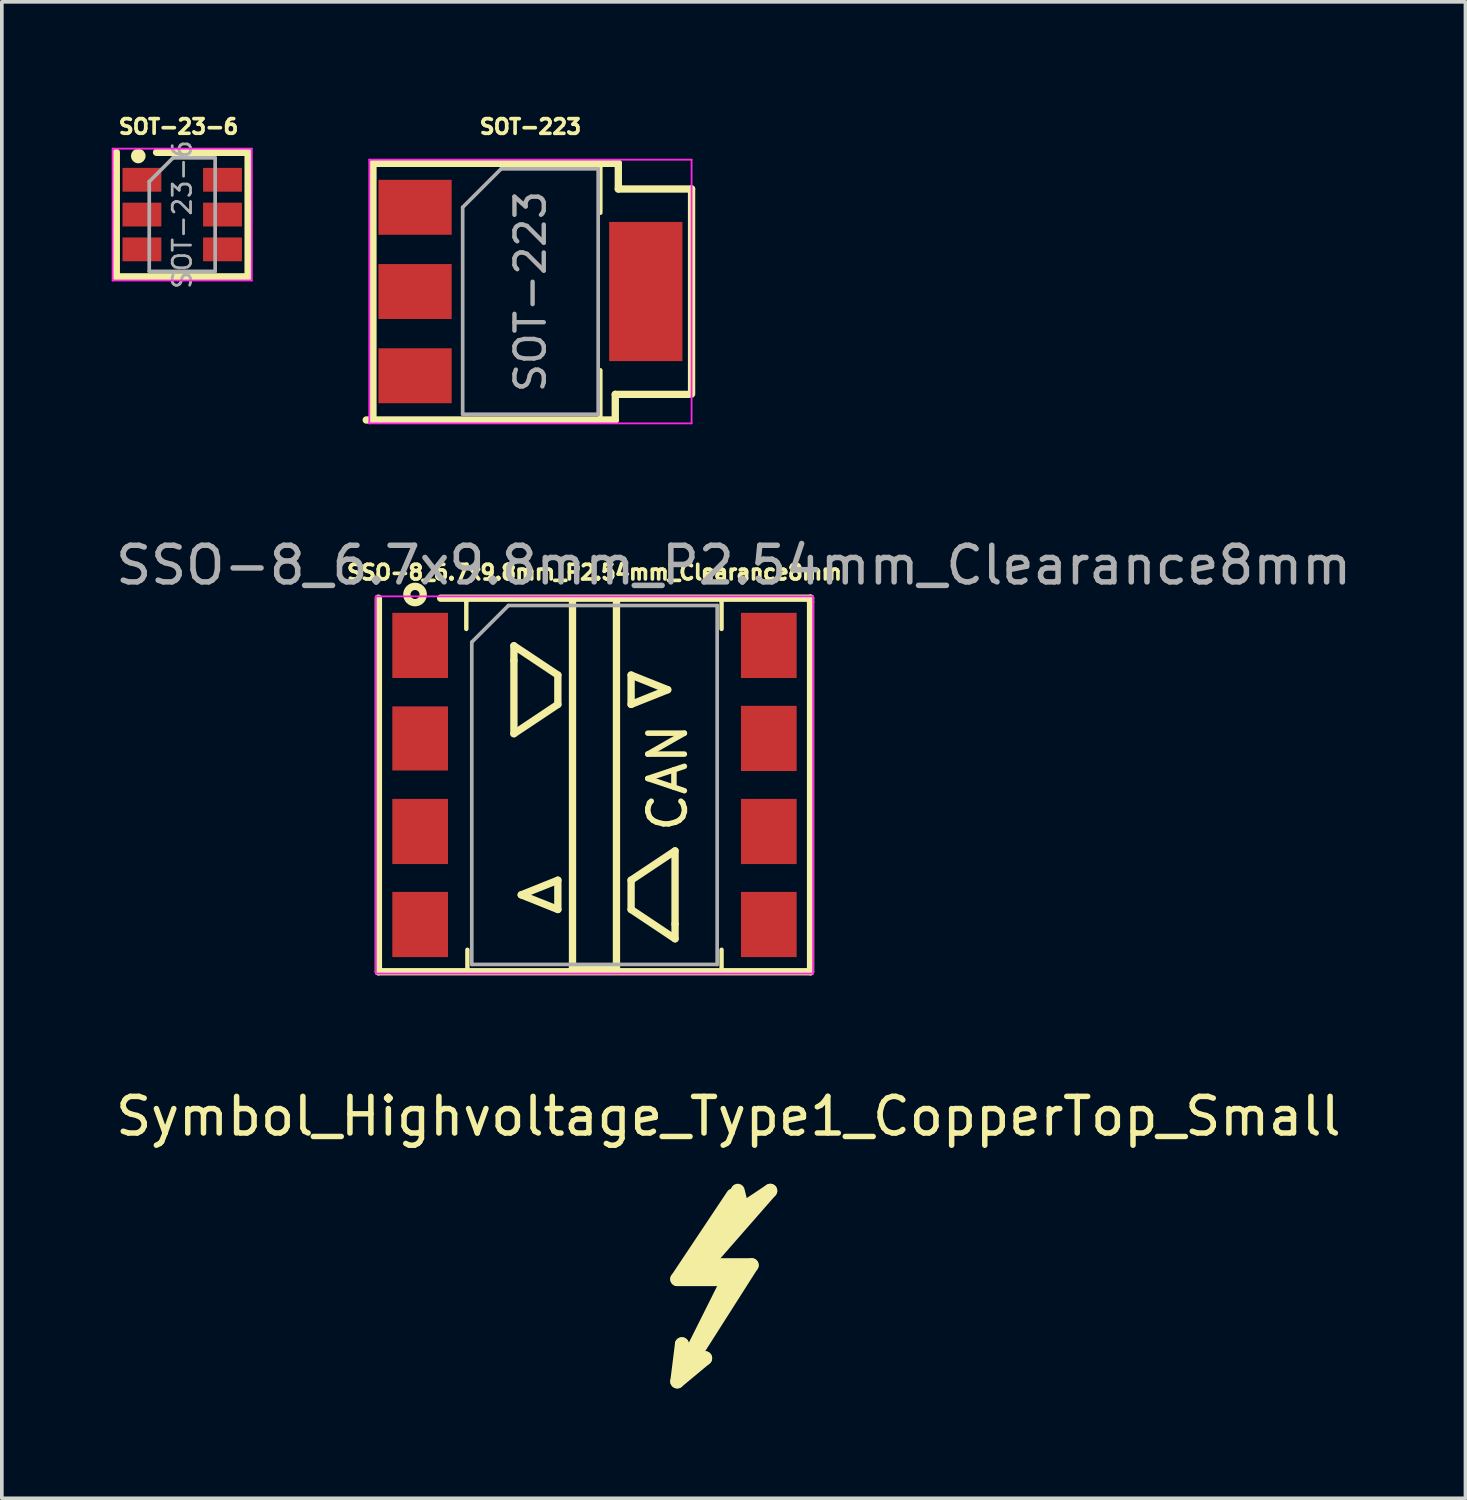
<source format=kicad_pcb>
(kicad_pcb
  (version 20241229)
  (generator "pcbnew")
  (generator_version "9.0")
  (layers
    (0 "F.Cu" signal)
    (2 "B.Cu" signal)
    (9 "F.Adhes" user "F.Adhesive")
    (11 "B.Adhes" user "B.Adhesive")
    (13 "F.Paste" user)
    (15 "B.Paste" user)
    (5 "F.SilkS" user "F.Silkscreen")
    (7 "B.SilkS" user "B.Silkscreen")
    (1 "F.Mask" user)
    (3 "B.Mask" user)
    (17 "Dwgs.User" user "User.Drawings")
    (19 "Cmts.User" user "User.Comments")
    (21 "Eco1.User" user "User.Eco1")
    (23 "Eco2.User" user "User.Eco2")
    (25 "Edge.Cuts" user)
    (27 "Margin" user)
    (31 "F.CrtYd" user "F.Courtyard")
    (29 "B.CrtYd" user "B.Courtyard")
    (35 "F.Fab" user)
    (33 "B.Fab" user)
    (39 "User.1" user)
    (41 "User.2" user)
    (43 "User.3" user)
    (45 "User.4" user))
  (footprint "SOT-223"
    (layer "F.Cu")
    (at 11.433 4.91)
    (property "Reference" "SOT-223" (at 0 -4.5 0) (layer "F.SilkS") (effects (font (size 0.4 0.4) (thickness 0.1))))
    (attr smd)
    (fp_line (start -4.483 3.508) (end 2.317 3.508) (stroke (width 0.2) (type solid)) (layer "F.SilkS"))
    (fp_line (start -4.3 -3.5) (end -4.3 3.5) (stroke (width 0.2) (type solid)) (layer "F.SilkS"))
    (fp_line (start 1.91 -3.41) (end 1.91 -2.15) (stroke (width 0.12) (type solid)) (layer "F.SilkS"))
    (fp_line (start 1.91 3.41) (end 1.91 2.15) (stroke (width 0.12) (type solid)) (layer "F.SilkS"))
    (fp_line (start 2.317 2.808) (end 4.317 2.808) (stroke (width 0.2) (type solid)) (layer "F.SilkS"))
    (fp_line (start 2.317 3.508) (end 2.317 2.808) (stroke (width 0.2) (type solid)) (layer "F.SilkS"))
    (fp_line (start 2.4 -3.5) (end -4.3 -3.5) (stroke (width 0.2) (type solid)) (layer "F.SilkS"))
    (fp_line (start 2.4 -3.5) (end 2.4 -2.8) (stroke (width 0.2) (type solid)) (layer "F.SilkS"))
    (fp_line (start 2.4 -2.8) (end 4.4 -2.8) (stroke (width 0.2) (type solid)) (layer "F.SilkS"))
    (fp_line (start 4.4 2.8) (end 4.4 -2.8) (stroke (width 0.2) (type solid)) (layer "F.SilkS"))
    (fp_line (start -4.4 -3.6) (end -4.4 3.6) (stroke (width 0.05) (type solid)) (layer "F.CrtYd"))
    (fp_line (start -4.4 3.6) (end 4.4 3.6) (stroke (width 0.05) (type solid)) (layer "F.CrtYd"))
    (fp_line (start 4.4 -3.6) (end -4.4 -3.6) (stroke (width 0.05) (type solid)) (layer "F.CrtYd"))
    (fp_line (start 4.4 3.6) (end 4.4 -3.6) (stroke (width 0.05) (type solid)) (layer "F.CrtYd"))
    (fp_line (start -1.85 -2.3) (end -1.85 3.35) (stroke (width 0.1) (type solid)) (layer "F.Fab"))
    (fp_line (start -1.85 -2.3) (end -0.8 -3.35) (stroke (width 0.1) (type solid)) (layer "F.Fab"))
    (fp_line (start -1.85 3.35) (end 1.85 3.35) (stroke (width 0.1) (type solid)) (layer "F.Fab"))
    (fp_line (start -0.8 -3.35) (end 1.85 -3.35) (stroke (width 0.1) (type solid)) (layer "F.Fab"))
    (fp_line (start 1.85 -3.35) (end 1.85 3.35) (stroke (width 0.1) (type solid)) (layer "F.Fab"))
    (fp_text user "${REFERENCE}" (at 0 0 90) (layer "F.Fab") (effects (font (size 0.8 0.8) (thickness 0.12))))
    (pad "1" smd rect (at -3.15 -2.3) (size 2 1.5) (layers "F.Cu" "F.Mask" "F.Paste"))
    (pad "2" smd rect (at -3.15 0) (size 2 1.5) (layers "F.Cu" "F.Mask" "F.Paste"))
    (pad "3" smd rect (at -3.15 2.3) (size 2 1.5) (layers "F.Cu" "F.Mask" "F.Paste"))
    (pad "4" smd rect (at 3.15 0) (size 2 3.8) (layers "F.Cu" "F.Mask" "F.Paste")))
  (footprint "SOT-23-6"
    (layer "F.Cu")
    (at 1.925 2.809)
    (property "Reference" "SOT-23-6" (at -0.1 -2.4 0) (layer "F.SilkS") (effects (font (size 0.4 0.4) (thickness 0.1))))
    (attr smd)
    (fp_line (start -1.8 1.7) (end -1.8 -1.7) (stroke (width 0.2) (type solid)) (layer "F.SilkS"))
    (fp_line (start -0.7 -1.7) (end 1.8 -1.7) (stroke (width 0.2) (type solid)) (layer "F.SilkS"))
    (fp_line (start 1.8 -1.7) (end 1.8 1.7) (stroke (width 0.2) (type solid)) (layer "F.SilkS"))
    (fp_line (start 1.8 1.7) (end -1.8 1.7) (stroke (width 0.2) (type solid)) (layer "F.SilkS"))
    (fp_circle (center -1.2 -1.6) (end -1.2 -1.5) (stroke (width 0.2) (type solid)) (fill no) (layer "F.SilkS"))
    (fp_line (start -1.9 -1.8) (end -1.9 1.8) (stroke (width 0.05) (type solid)) (layer "F.CrtYd"))
    (fp_line (start -1.9 1.8) (end 1.9 1.8) (stroke (width 0.05) (type solid)) (layer "F.CrtYd"))
    (fp_line (start 1.9 -1.8) (end -1.9 -1.8) (stroke (width 0.05) (type solid)) (layer "F.CrtYd"))
    (fp_line (start 1.9 1.8) (end 1.9 -1.8) (stroke (width 0.05) (type solid)) (layer "F.CrtYd"))
    (fp_line (start -0.9 -0.9) (end -0.9 1.55) (stroke (width 0.1) (type solid)) (layer "F.Fab"))
    (fp_line (start -0.9 -0.9) (end -0.25 -1.55) (stroke (width 0.1) (type solid)) (layer "F.Fab"))
    (fp_line (start 0.9 -1.55) (end -0.25 -1.55) (stroke (width 0.1) (type solid)) (layer "F.Fab"))
    (fp_line (start 0.9 -1.55) (end 0.9 1.55) (stroke (width 0.1) (type solid)) (layer "F.Fab"))
    (fp_line (start 0.9 1.55) (end -0.9 1.55) (stroke (width 0.1) (type solid)) (layer "F.Fab"))
    (fp_text user "${REFERENCE}" (at 0 0 90) (layer "F.Fab") (effects (font (size 0.5 0.5) (thickness 0.075))))
    (pad "1" smd rect (at -1.1 -0.95) (size 1.06 0.65) (layers "F.Cu" "F.Mask" "F.Paste"))
    (pad "2" smd rect (at -1.1 0) (size 1.06 0.65) (layers "F.Cu" "F.Mask" "F.Paste"))
    (pad "3" smd rect (at -1.1 0.95) (size 1.06 0.65) (layers "F.Cu" "F.Mask" "F.Paste"))
    (pad "4" smd rect (at 1.1 0.95) (size 1.06 0.65) (layers "F.Cu" "F.Mask" "F.Paste"))
    (pad "5" smd rect (at 1.1 0) (size 1.06 0.65) (layers "F.Cu" "F.Mask" "F.Paste"))
    (pad "6" smd rect (at 1.1 -0.95) (size 1.06 0.65) (layers "F.Cu" "F.Mask" "F.Paste")))
  (footprint "SSO-8_6.7x9.8mm_P2.54mm_Clearance8mm"
    (layer "F.Cu")
    (at 13.182 18.383)
    (property "Reference" "SSO-8_6.7x9.8mm_P2.54mm_Clearance8mm" (at 0 -5.805 0) (layer "F.SilkS") (effects (font (size 0.4 0.4) (thickness 0.1))))
    (attr smd)
    (fp_line (start -5.9 -5.1) (end -5.9 5.1) (stroke (width 0.2) (type solid)) (layer "F.SilkS"))
    (fp_line (start -5.9 5.1) (end 5.9 5.1) (stroke (width 0.2) (type solid)) (layer "F.SilkS"))
    (fp_line (start -3.5 -5.02) (end -3.5 -5) (stroke (width 0.12) (type solid)) (layer "F.SilkS"))
    (fp_line (start -3.5 -4.26) (end -3.5 -5.02) (stroke (width 0.12) (type solid)) (layer "F.SilkS"))
    (fp_line (start -3.47 4.5) (end -3.47 5.02) (stroke (width 0.12) (type solid)) (layer "F.SilkS"))
    (fp_line (start -2.2 -3.8) (end -2.2 -3.4) (stroke (width 0.2) (type solid)) (layer "F.SilkS"))
    (fp_line (start -2.2 -3.4) (end -2.2 -1.4) (stroke (width 0.2) (type solid)) (layer "F.SilkS"))
    (fp_line (start -2.2 -1.4) (end -1 -2.2) (stroke (width 0.2) (type solid)) (layer "F.SilkS"))
    (fp_line (start -2 3) (end -1 3.4) (stroke (width 0.2) (type solid)) (layer "F.SilkS"))
    (fp_line (start -1 -3) (end -2.2 -3.8) (stroke (width 0.2) (type solid)) (layer "F.SilkS"))
    (fp_line (start -1 -2.2) (end -1 -3) (stroke (width 0.2) (type solid)) (layer "F.SilkS"))
    (fp_line (start -1 2.6) (end -2 3) (stroke (width 0.2) (type solid)) (layer "F.SilkS"))
    (fp_line (start -1 3.4) (end -1 2.6) (stroke (width 0.2) (type solid)) (layer "F.SilkS"))
    (fp_line (start -0.6 -5) (end -0.6 5) (stroke (width 0.2) (type solid)) (layer "F.SilkS"))
    (fp_line (start -0.6 5) (end 0.6 5) (stroke (width 0.2) (type solid)) (layer "F.SilkS"))
    (fp_line (start 0.6 5) (end 0.6 -5) (stroke (width 0.2) (type solid)) (layer "F.SilkS"))
    (fp_line (start 1 -3) (end 1 -2.2) (stroke (width 0.2) (type solid)) (layer "F.SilkS"))
    (fp_line (start 1 -2.2) (end 2 -2.6) (stroke (width 0.2) (type solid)) (layer "F.SilkS"))
    (fp_line (start 1 2.6) (end 1 3.4) (stroke (width 0.2) (type solid)) (layer "F.SilkS"))
    (fp_line (start 1 3.4) (end 2.2 4.2) (stroke (width 0.2) (type solid)) (layer "F.SilkS"))
    (fp_line (start 2 -2.6) (end 1 -3) (stroke (width 0.2) (type solid)) (layer "F.SilkS"))
    (fp_line (start 2.2 1.8) (end 1 2.6) (stroke (width 0.2) (type solid)) (layer "F.SilkS"))
    (fp_line (start 2.2 3.8) (end 2.2 1.8) (stroke (width 0.2) (type solid)) (layer "F.SilkS"))
    (fp_line (start 2.2 4.2) (end 2.2 3.8) (stroke (width 0.2) (type solid)) (layer "F.SilkS"))
    (fp_line (start 3.47 -4.26) (end 3.47 -5.02) (stroke (width 0.12) (type solid)) (layer "F.SilkS"))
    (fp_line (start 3.47 5.02) (end 3.47 4.5) (stroke (width 0.12) (type solid)) (layer "F.SilkS"))
    (fp_line (start 5.9 -5.1) (end -4.2 -5.1) (stroke (width 0.2) (type solid)) (layer "F.SilkS"))
    (fp_line (start 5.9 -5) (end 5.9 -5.1) (stroke (width 0.2) (type solid)) (layer "F.SilkS"))
    (fp_line (start 5.9 5.1) (end 5.9 -5) (stroke (width 0.2) (type solid)) (layer "F.SilkS"))
    (fp_circle (center -4.9 -5.2) (end -4.8 -5) (stroke (width 0.2) (type solid)) (fill no) (layer "F.SilkS"))
    (fp_line (start -5.97 -5.15) (end -5.97 5.15) (stroke (width 0.05) (type solid)) (layer "F.CrtYd"))
    (fp_line (start -5.97 -5.15) (end 5.97 -5.15) (stroke (width 0.05) (type solid)) (layer "F.CrtYd"))
    (fp_line (start 5.97 5.15) (end -5.97 5.15) (stroke (width 0.05) (type solid)) (layer "F.CrtYd"))
    (fp_line (start 5.97 5.15) (end 5.97 -5.15) (stroke (width 0.05) (type solid)) (layer "F.CrtYd"))
    (fp_line (start -3.35 -3.9) (end -3.35 4.9) (stroke (width 0.1) (type solid)) (layer "F.Fab"))
    (fp_line (start -3.35 4.9) (end 3.35 4.9) (stroke (width 0.1) (type solid)) (layer "F.Fab"))
    (fp_line (start -2.35 -4.9) (end -3.35 -3.9) (stroke (width 0.1) (type solid)) (layer "F.Fab"))
    (fp_line (start 3.35 -4.9) (end -2.35 -4.9) (stroke (width 0.1) (type solid)) (layer "F.Fab"))
    (fp_line (start 3.35 4.9) (end 3.35 -4.9) (stroke (width 0.1) (type solid)) (layer "F.Fab"))
    (fp_text user "CAN" (at 2 -0.2 90) (layer "F.SilkS") (effects (font (size 1 1) (thickness 0.15))))
    (fp_text user "${REFERENCE}" (at 3.8 -6 0) (layer "F.Fab") (effects (font (size 1 1) (thickness 0.15))))
    (pad "1" smd rect (at -4.76 -3.81) (size 1.52 1.78) (layers "F.Cu" "F.Mask" "F.Paste"))
    (pad "2" smd rect (at -4.76 -1.27) (size 1.52 1.75) (layers "F.Cu" "F.Mask" "F.Paste"))
    (pad "3" smd rect (at -4.76 1.27) (size 1.52 1.78) (layers "F.Cu" "F.Mask" "F.Paste"))
    (pad "4" smd rect (at -4.76 3.81) (size 1.52 1.78) (layers "F.Cu" "F.Mask" "F.Paste"))
    (pad "5" smd rect (at 4.76 3.81) (size 1.52 1.78) (layers "F.Cu" "F.Mask" "F.Paste"))
    (pad "6" smd rect (at 4.76 1.27) (size 1.52 1.78) (layers "F.Cu" "F.Mask" "F.Paste"))
    (pad "7" smd rect (at 4.76 -1.27) (size 1.52 1.78) (layers "F.Cu" "F.Mask" "F.Paste"))
    (pad "8" smd rect (at 4.76 -3.81) (size 1.52 1.78) (layers "F.Cu" "F.Mask" "F.Paste")))
  (footprint "Symbol_Highvoltage_Type1_CopperTop_Small"
    (layer "F.Cu")
    (at 15.823 32.638)
    (property "Reference" "Symbol_Highvoltage_Type1_CopperTop_Small" (at 1.016 -5.207 0) (layer "F.SilkS") (effects (font (size 1 1) (thickness 0.15))))
    (attr exclude_from_pos_files exclude_from_bom)
    (fp_line (start -0.381 -0.762) (end 1.016 -0.762) (stroke (width 0.381) (type solid)) (layer "F.SilkS"))
    (fp_line (start -0.381 2.032) (end 0.381 1.397) (stroke (width 0.381) (type solid)) (layer "F.SilkS"))
    (fp_line (start -0.254 1.016) (end -0.381 2.032) (stroke (width 0.381) (type solid)) (layer "F.SilkS"))
    (fp_line (start -0.127 1.524) (end -0.254 1.016) (stroke (width 0.381) (type solid)) (layer "F.SilkS"))
    (fp_line (start -0.127 1.651) (end 1.651 -1.143) (stroke (width 0.381) (type solid)) (layer "F.SilkS"))
    (fp_line (start 0 -0.889) (end 1.27 -0.889) (stroke (width 0.381) (type solid)) (layer "F.SilkS"))
    (fp_line (start 0.381 -1.143) (end 2.159 -3.175) (stroke (width 0.381) (type solid)) (layer "F.SilkS"))
    (fp_line (start 0.381 1.397) (end -0.127 1.651) (stroke (width 0.381) (type solid)) (layer "F.SilkS"))
    (fp_line (start 1.016 -0.762) (end -0.127 1.524) (stroke (width 0.381) (type solid)) (layer "F.SilkS"))
    (fp_line (start 1.143 -3.048) (end -0.381 -0.762) (stroke (width 0.381) (type solid)) (layer "F.SilkS"))
    (fp_line (start 1.397 -2.794) (end 0 -0.889) (stroke (width 0.381) (type solid)) (layer "F.SilkS"))
    (fp_line (start 1.397 -2.667) (end 1.27 -3.175) (stroke (width 0.381) (type solid)) (layer "F.SilkS"))
    (fp_line (start 1.651 -1.143) (end 0.381 -1.143) (stroke (width 0.381) (type solid)) (layer "F.SilkS"))
    (fp_line (start 2.159 -3.175) (end 1.397 -2.667) (stroke (width 0.381) (type solid)) (layer "F.SilkS")))
  (gr_rect
    (start -3 -3)
    (end 36.964 37.861)
    (stroke (width 0.1) (type default))
    (fill no)
    (layer "Edge.Cuts")))
</source>
